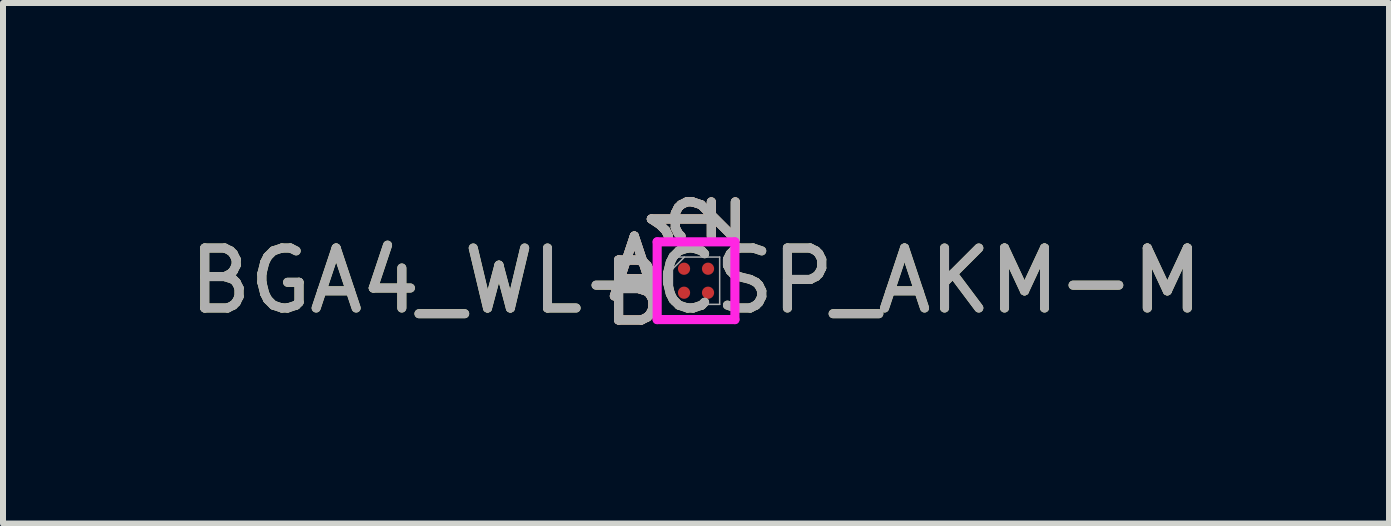
<source format=kicad_pcb>
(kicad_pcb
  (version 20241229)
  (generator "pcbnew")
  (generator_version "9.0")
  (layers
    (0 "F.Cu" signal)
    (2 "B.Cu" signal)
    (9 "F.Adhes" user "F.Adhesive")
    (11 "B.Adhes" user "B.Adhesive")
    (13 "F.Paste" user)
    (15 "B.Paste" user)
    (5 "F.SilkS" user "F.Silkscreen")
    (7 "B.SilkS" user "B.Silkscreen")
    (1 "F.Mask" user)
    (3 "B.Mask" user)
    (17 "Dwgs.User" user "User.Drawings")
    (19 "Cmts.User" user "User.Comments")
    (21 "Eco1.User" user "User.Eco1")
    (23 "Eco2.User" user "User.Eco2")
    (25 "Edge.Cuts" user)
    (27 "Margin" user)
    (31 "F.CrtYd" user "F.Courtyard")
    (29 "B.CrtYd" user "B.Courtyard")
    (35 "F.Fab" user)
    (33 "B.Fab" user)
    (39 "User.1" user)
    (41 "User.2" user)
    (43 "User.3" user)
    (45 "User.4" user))
  (footprint "BGA4_WL-CSP_AKM-M"
    (layer "F.Cu")
    (at 8.554 1.63)
    (property "Reference" "BGA4_WL-CSP_AKM-M" (at 0 0 0) (unlocked yes) (layer "F.SilkS") (effects (font (size 1 1) (thickness 0.15))))
    (attr smd)
    (fp_poly (pts (xy -0.845 -0.845) (xy 0.845 -0.845) (xy 0.845 0.845) (xy -0.845 0.845)) (stroke (width 0.1) (type solid)) (fill no) (layer "Eco2.User"))
    (fp_line (start -0.648 -0.648) (end 0.648 -0.648) (stroke (width 0.152) (type solid)) (layer "F.CrtYd"))
    (fp_line (start -0.648 0.648) (end -0.648 -0.648) (stroke (width 0.152) (type solid)) (layer "F.CrtYd"))
    (fp_line (start 0.648 -0.648) (end 0.648 0.648) (stroke (width 0.152) (type solid)) (layer "F.CrtYd"))
    (fp_line (start 0.648 0.648) (end -0.648 0.648) (stroke (width 0.152) (type solid)) (layer "F.CrtYd"))
    (fp_line (start -0.394 -0.394) (end -0.394 0.394) (stroke (width 0.025) (type solid)) (layer "F.Fab"))
    (fp_line (start -0.394 0.394) (end 0.394 0.394) (stroke (width 0.025) (type solid)) (layer "F.Fab"))
    (fp_line (start -0.194 -0.394) (end -0.394 -0.194) (stroke (width 0.025) (type solid)) (layer "F.Fab"))
    (fp_line (start 0.394 -0.394) (end -0.394 -0.394) (stroke (width 0.025) (type solid)) (layer "F.Fab"))
    (fp_line (start 0.394 0.394) (end 0.394 -0.394) (stroke (width 0.025) (type solid)) (layer "F.Fab"))
    (fp_text user "2" (at 0.2 -1.029 90) (unlocked yes) (layer "F.SilkS") (effects (font (size 1 1) (thickness 0.15))))
    (fp_text user "A" (at -1.029 -0.2 0) (unlocked yes) (layer "F.SilkS") (effects (font (size 1 1) (thickness 0.15))))
    (fp_text user "1" (at -0.2 -1.029 90) (unlocked yes) (layer "F.SilkS") (effects (font (size 1 1) (thickness 0.15))))
    (fp_text user "B" (at -1.029 0.2 0) (unlocked yes) (layer "F.SilkS") (effects (font (size 1 1) (thickness 0.15))))
    (fp_text user "2" (at 0.2 -1.029 90) (unlocked yes) (layer "B.SilkS") (effects (font (size 1 1) (thickness 0.15))))
    (fp_text user "B" (at -1.029 0.2 0) (unlocked yes) (layer "B.SilkS") (effects (font (size 1 1) (thickness 0.15))))
    (fp_text user "1" (at -0.2 -1.029 90) (unlocked yes) (layer "B.SilkS") (effects (font (size 1 1) (thickness 0.15))))
    (fp_text user "A" (at -1.029 -0.2 0) (unlocked yes) (layer "B.SilkS") (effects (font (size 1 1) (thickness 0.15))))
    (fp_text user "2" (at 0.2 -1.029 90) (unlocked yes) (layer "F.Fab") (effects (font (size 1 1) (thickness 0.15))))
    (fp_text user "1" (at -0.2 -1.029 90) (unlocked yes) (layer "F.Fab") (effects (font (size 1 1) (thickness 0.15))))
    (fp_text user "A" (at -1.029 -0.2 0) (unlocked yes) (layer "F.Fab") (effects (font (size 1 1) (thickness 0.15))))
    (fp_text user "${REFERENCE}" (at 0 0 0) (unlocked yes) (layer "F.Fab") (effects (font (size 1 1) (thickness 0.15))))
    (fp_text user "B" (at -1.029 0.2 0) (unlocked yes) (layer "F.Fab") (effects (font (size 1 1) (thickness 0.15))))
    (pad "A1" smd circle (at -0.2 -0.2) (size 0.203 0.203) (layers "F.Cu" "F.Mask" "F.Paste"))
    (pad "A2" smd circle (at 0.2 -0.2) (size 0.203 0.203) (layers "F.Cu" "F.Mask" "F.Paste"))
    (pad "B1" smd circle (at -0.2 0.2) (size 0.203 0.203) (layers "F.Cu" "F.Mask" "F.Paste"))
    (pad "B2" smd circle (at 0.2 0.2) (size 0.203 0.203) (layers "F.Cu" "F.Mask" "F.Paste")))
  (gr_rect
    (start -3 -3)
    (end 20.107 5.678)
    (stroke (width 0.1) (type default))
    (fill no)
    (layer "Edge.Cuts")))
</source>
